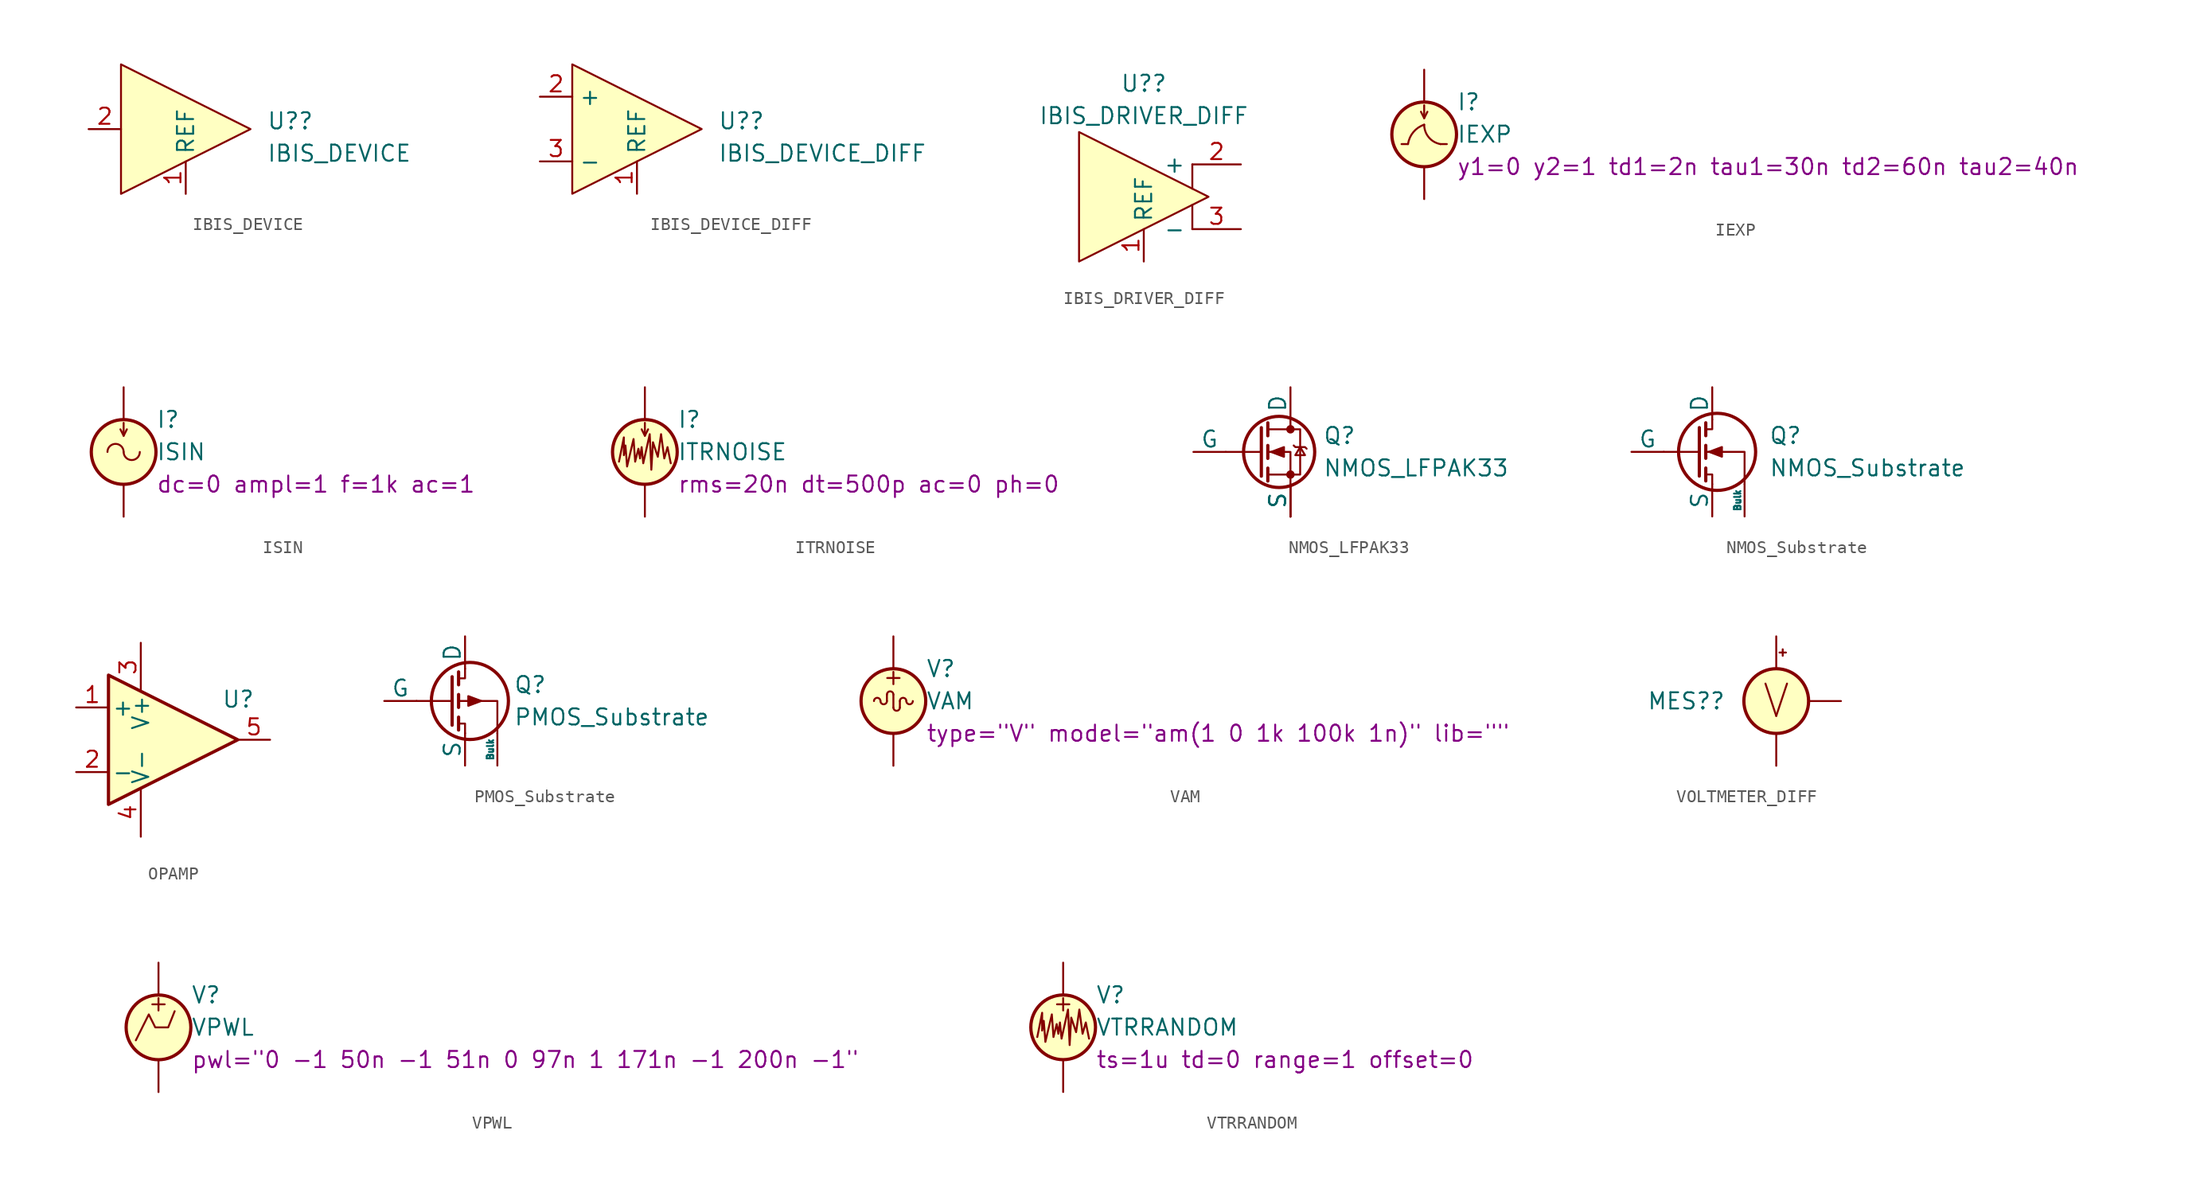
<source format=kicad_sym>
(kicad_symbol_lib
  (version 20231120)
  (generator "kicad_symbol_editor")
  (generator_version "8.0")
  (symbol "IBIS_DEVICE"
    (property "Reference" "U?"
      (at 6.35 0.635 0)
      (effects (font (size 1.27 1.27)) (justify left)))
    (property "Value" "IBIS_DEVICE"
      (at 6.35 -1.905 0)
      (effects (font (size 1.27 1.27)) (justify left)))
    (symbol "IBIS_DEVICE_0_1"
      (polyline (pts (xy 5.08 0) (xy -5.08 5.08) (xy -5.08 -5.08) (xy 5.08 0)) (stroke (width 0) (type default)) (fill (type background))))
    (symbol "IBIS_DEVICE_1_1"
      (pin power_in line (at 0 -5.08 90) (length 2.54) (name "REF" (effects (font (size 1.27 1.27)))) (number "1" (effects (font (size 1.27 1.27)))))
      (pin input line (at -7.62 0 0) (length 2.54) (name "" (effects (font (size 1.27 1.27)))) (number "2" (effects (font (size 1.27 1.27)))))))
  (symbol "IBIS_DEVICE_DIFF"
    (property "Reference" "U?"
      (at 6.35 0.635 0)
      (effects (font (size 1.27 1.27)) (justify left)))
    (property "Value" "IBIS_DEVICE_DIFF"
      (at 6.35 -1.905 0)
      (effects (font (size 1.27 1.27)) (justify left)))
    (symbol "IBIS_DEVICE_DIFF_0_1"
      (polyline (pts (xy 5.08 0) (xy -5.08 5.08) (xy -5.08 -5.08) (xy 5.08 0)) (stroke (width 0) (type default)) (fill (type background))))
    (symbol "IBIS_DEVICE_DIFF_1_1"
      (pin power_in line (at 0 -5.08 90) (length 2.54) (name "REF" (effects (font (size 1.27 1.27)))) (number "1" (effects (font (size 1.27 1.27)))))
      (pin input line (at -7.62 2.54 0) (length 2.54) (name "+" (effects (font (size 1.27 1.27)))) (number "2" (effects (font (size 1.27 1.27)))))
      (pin input line (at -7.62 -2.54 0) (length 2.54) (name "-" (effects (font (size 1.27 1.27)))) (number "3" (effects (font (size 1.27 1.27)))))))
  (symbol "IBIS_DRIVER_DIFF"
    (property "Reference" "U?"
      (at 0 8.89 0)
      (effects (font (size 1.27 1.27))))
    (property "Value" "IBIS_DRIVER_DIFF"
      (at 0 6.35 0)
      (effects (font (size 1.27 1.27))))
    (symbol "IBIS_DRIVER_DIFF_0_1"
      (polyline (pts (xy 3.81 -2.54) (xy 3.81 -0.635)) (stroke (width 0) (type default)) (fill (type none)))
      (polyline (pts (xy 3.81 2.54) (xy 3.81 0.635)) (stroke (width 0) (type default)) (fill (type none)))
      (polyline (pts (xy 5.08 0) (xy -5.08 5.08) (xy -5.08 -5.08) (xy 5.08 0)) (stroke (width 0) (type default)) (fill (type background))))
    (symbol "IBIS_DRIVER_DIFF_1_1"
      (pin power_in line (at 0 -5.08 90) (length 2.54) (name "REF" (effects (font (size 1.27 1.27)))) (number "1" (effects (font (size 1.27 1.27)))))
      (pin bidirectional line (at 7.62 2.54 180) (length 3.81) (name "+" (effects (font (size 1.27 1.27)))) (number "2" (effects (font (size 1.27 1.27)))))
      (pin bidirectional line (at 7.62 -2.54 180) (length 3.81) (name "-" (effects (font (size 1.27 1.27)))) (number "3" (effects (font (size 1.27 1.27)))))))
  (symbol "IEXP"
    (pin_numbers hide)
    (pin_names
      (offset 0.025))
    (property "Reference" "I"
      (at 2.54 2.54 0)
      (effects (font (size 1.27 1.27)) (justify left)))
    (property "Value" "IEXP"
      (at 2.54 0 0)
      (effects (font (size 1.27 1.27)) (justify left)))
    (property "Sim.Params" "y1=0 y2=1 td1=2n tau1=30n td2=60n tau2=40n"
      (at 2.54 -2.54 0)
      (effects (font (size 1.27 1.27)) (justify left)))
    (symbol "IEXP_0_0"
      (polyline (pts (xy -1.27 -0.762) (xy -1.778 -0.762)) (stroke (width 0) (type default)) (fill (type none)))
      (polyline (pts (xy 1.27 -0.762) (xy 1.778 -0.762)) (stroke (width 0) (type default)) (fill (type none)))
      (arc (start 0 0.762) (mid -0.851 0.1794) (end -1.27 -0.762) (stroke (width 0) (type default)) (fill (type none)))
      (arc (start 0 0.762) (mid 0.3591 -0.2299) (end 1.27 -0.762) (stroke (width 0) (type default)) (fill (type none))))
    (symbol "IEXP_0_1"
      (polyline (pts (xy 0 1.27) (xy 0 2.286)) (stroke (width 0) (type default)) (fill (type none)))
      (polyline (pts (xy -0.254 1.778) (xy 0 1.27) (xy 0.254 1.778)) (stroke (width 0) (type default)) (fill (type none)))
      (circle (center 0 0) (radius 2.54) (stroke (width 0.254) (type default)) (fill (type background))))
    (symbol "IEXP_1_1"
      (pin passive line (at 0 5.08 270) (length 2.54) (name "~" (effects (font (size 1.27 1.27)))) (number "1" (effects (font (size 1.27 1.27)))))
      (pin passive line (at 0 -5.08 90) (length 2.54) (name "~" (effects (font (size 1.27 1.27)))) (number "2" (effects (font (size 1.27 1.27)))))))
  (symbol "ISIN"
    (pin_numbers hide)
    (pin_names
      (offset 0.025))
    (property "Reference" "I"
      (at 2.54 2.54 0)
      (effects (font (size 1.27 1.27)) (justify left)))
    (property "Value" "ISIN"
      (at 2.54 0 0)
      (effects (font (size 1.27 1.27)) (justify left)))
    (property "Sim.Params" "dc=0 ampl=1 f=1k ac=1"
      (at 2.54 -2.54 0)
      (effects (font (size 1.27 1.27)) (justify left)))
    (symbol "ISIN_0_0"
      (arc (start 0 0) (mid -0.635 0.6323) (end -1.27 0) (stroke (width 0) (type default)) (fill (type none)))
      (arc (start 0 0) (mid 0.635 -0.6323) (end 1.27 0) (stroke (width 0) (type default)) (fill (type none))))
    (symbol "ISIN_0_1"
      (polyline (pts (xy 0 1.27) (xy 0 2.286)) (stroke (width 0) (type default)) (fill (type none)))
      (polyline (pts (xy -0.254 1.778) (xy 0 1.27) (xy 0.254 1.778)) (stroke (width 0) (type default)) (fill (type none)))
      (circle (center 0 0) (radius 2.54) (stroke (width 0.254) (type default)) (fill (type background))))
    (symbol "ISIN_1_1"
      (pin passive line (at 0 5.08 270) (length 2.54) (name "~" (effects (font (size 1.27 1.27)))) (number "1" (effects (font (size 1.27 1.27)))))
      (pin passive line (at 0 -5.08 90) (length 2.54) (name "~" (effects (font (size 1.27 1.27)))) (number "2" (effects (font (size 1.27 1.27)))))))
  (symbol "ITRNOISE"
    (pin_numbers hide)
    (pin_names
      (offset 0.025))
    (property "Reference" "I"
      (at 2.54 2.54 0)
      (effects (font (size 1.27 1.27)) (justify left)))
    (property "Value" "ITRNOISE"
      (at 2.54 0 0)
      (effects (font (size 1.27 1.27)) (justify left)))
    (property "Sim.Params" "rms=20n dt=500p ac=0 ph=0"
      (at 2.54 -2.54 0)
      (effects (font (size 1.27 1.27)) (justify left)))
    (symbol "ITRNOISE_0_1"
      (polyline (pts (xy 0 1.27) (xy 0 2.286)) (stroke (width 0) (type default)) (fill (type none)))
      (polyline (pts (xy -0.254 1.778) (xy 0 1.27) (xy 0.254 1.778)) (stroke (width 0) (type default)) (fill (type none)))
      (polyline (pts (xy -2.032 -0.762) (xy -1.651 1.143) (xy -1.651 -0.254) (xy -1.524 0.508) (xy -1.397 -1.143) (xy -0.889 1.016) (xy -0.762 -0.762) (xy -0.508 0.254) (xy -0.381 -0.508) (xy -0.254 0.381) (xy -0.127 -0.889) (xy 0.381 1.397) (xy 0.508 -1.397) (xy 0.635 0.762) (xy 1.016 -0.381) (xy 1.27 1.397) (xy 1.524 -0.508) (xy 1.778 0.381) (xy 2.032 -0.889)) (stroke (width 0) (type default)) (fill (type none)))
      (circle (center 0 0) (radius 2.54) (stroke (width 0.254) (type default)) (fill (type background))))
    (symbol "ITRNOISE_1_1"
      (pin passive line (at 0 5.08 270) (length 2.54) (name "~" (effects (font (size 1.27 1.27)))) (number "1" (effects (font (size 1.27 1.27)))))
      (pin passive line (at 0 -5.08 90) (length 2.54) (name "~" (effects (font (size 1.27 1.27)))) (number "2" (effects (font (size 1.27 1.27)))))))
  (symbol "NMOS_LFPAK33"
    (pin_numbers hide)
    (pin_names
      (offset 0))
    (property "Reference" "Q"
      (at 5.08 1.27 0)
      (effects (font (size 1.27 1.27)) (justify left)))
    (property "Value" "NMOS_LFPAK33"
      (at 5.08 -1.27 0)
      (effects (font (size 1.27 1.27)) (justify left)))
    (symbol "NMOS_LFPAK33_0_1"
      (polyline (pts (xy 0.254 0) (xy -2.54 0)) (stroke (width 0) (type default)) (fill (type none)))
      (polyline (pts (xy 0.254 1.905) (xy 0.254 -1.905)) (stroke (width 0.254) (type default)) (fill (type none)))
      (polyline (pts (xy 0.762 -1.27) (xy 0.762 -2.286)) (stroke (width 0.254) (type default)) (fill (type none)))
      (polyline (pts (xy 0.762 0.508) (xy 0.762 -0.508)) (stroke (width 0.254) (type default)) (fill (type none)))
      (polyline (pts (xy 0.762 2.286) (xy 0.762 1.27)) (stroke (width 0.254) (type default)) (fill (type none)))
      (polyline (pts (xy 2.54 2.54) (xy 2.54 1.778)) (stroke (width 0) (type default)) (fill (type none)))
      (polyline (pts (xy 2.54 -2.54) (xy 2.54 0) (xy 0.762 0)) (stroke (width 0) (type default)) (fill (type none)))
      (polyline (pts (xy 0.762 -1.778) (xy 3.302 -1.778) (xy 3.302 1.778) (xy 0.762 1.778)) (stroke (width 0) (type default)) (fill (type none)))
      (polyline (pts (xy 1.016 0) (xy 2.032 0.381) (xy 2.032 -0.381) (xy 1.016 0)) (stroke (width 0) (type default)) (fill (type outline)))
      (polyline (pts (xy 2.794 0.508) (xy 2.921 0.381) (xy 3.683 0.381) (xy 3.81 0.254)) (stroke (width 0) (type default)) (fill (type none)))
      (polyline (pts (xy 3.302 0.381) (xy 2.921 -0.254) (xy 3.683 -0.254) (xy 3.302 0.381)) (stroke (width 0) (type default)) (fill (type none)))
      (circle (center 1.651 0) (radius 2.794) (stroke (width 0.254) (type default)) (fill (type none)))
      (circle (center 2.54 -1.778) (radius 0.254) (stroke (width 0) (type default)) (fill (type outline)))
      (circle (center 2.54 1.778) (radius 0.254) (stroke (width 0) (type default)) (fill (type outline))))
    (symbol "NMOS_LFPAK33_1_1"
      (pin passive line (at 2.54 -5.08 90) (length 2.54) (name "S" (effects (font (size 1.27 1.27)))) (number "1" (effects (font (size 1.27 1.27)))))
      (pin passive line (at 2.54 -5.08 90) (length 2.54) (name "S" (effects (font (size 1.27 1.27)))) (number "2" (effects (font (size 1.27 1.27)))))
      (pin passive line (at 2.54 -5.08 90) (length 2.54) (name "S" (effects (font (size 1.27 1.27)))) (number "3" (effects (font (size 1.27 1.27)))))
      (pin input line (at -5.08 0 0) (length 2.54) (name "G" (effects (font (size 1.27 1.27)))) (number "4" (effects (font (size 1.27 1.27)))))
      (pin passive line (at 2.54 5.08 270) (length 2.54) (name "D" (effects (font (size 1.27 1.27)))) (number "5" (effects (font (size 1.27 1.27)))))))
  (symbol "NMOS_Substrate"
    (pin_numbers hide)
    (pin_names
      (offset 0))
    (property "Reference" "Q"
      (at 6.985 1.27 0)
      (effects (font (size 1.27 1.27)) (justify left)))
    (property "Value" "NMOS_Substrate"
      (at 6.985 -1.27 0)
      (effects (font (size 1.27 1.27)) (justify left)))
    (symbol "NMOS_Substrate_0_1"
      (polyline (pts (xy 1.524 0) (xy -1.27 0)) (stroke (width 0) (type default)) (fill (type none)))
      (polyline (pts (xy 1.524 1.905) (xy 1.524 -1.905)) (stroke (width 0.254) (type default)) (fill (type none)))
      (polyline (pts (xy 2.032 -1.27) (xy 2.032 -2.286)) (stroke (width 0.254) (type default)) (fill (type none)))
      (polyline (pts (xy 2.032 0.508) (xy 2.032 -0.508)) (stroke (width 0.254) (type default)) (fill (type none)))
      (polyline (pts (xy 2.032 2.286) (xy 2.032 1.27)) (stroke (width 0.254) (type default)) (fill (type none)))
      (polyline (pts (xy 2.032 1.778) (xy 2.54 1.778) (xy 2.54 2.54)) (stroke (width 0) (type default)) (fill (type none)))
      (polyline (pts (xy 2.54 -2.54) (xy 2.54 -1.778) (xy 2.032 -1.778)) (stroke (width 0) (type default)) (fill (type none)))
      (polyline (pts (xy 5.08 -2.54) (xy 5.08 0) (xy 2.032 0)) (stroke (width 0) (type default)) (fill (type none)))
      (polyline (pts (xy 2.286 0) (xy 3.302 0.381) (xy 3.302 -0.381) (xy 2.286 0)) (stroke (width 0) (type default)) (fill (type outline)))
      (circle (center 2.921 0) (radius 3.029) (stroke (width 0.254) (type default)) (fill (type none))))
    (symbol "NMOS_Substrate_1_1"
      (pin passive line (at 2.54 5.08 270) (length 2.54) (name "D" (effects (font (size 1.27 1.27)))) (number "1" (effects (font (size 1.27 1.27)))))
      (pin input line (at -3.81 0 0) (length 2.54) (name "G" (effects (font (size 1.27 1.27)))) (number "2" (effects (font (size 1.27 1.27)))))
      (pin passive line (at 2.54 -5.08 90) (length 2.54) (name "S" (effects (font (size 1.27 1.27)))) (number "3" (effects (font (size 1.27 1.27)))))
      (pin input line (at 5.08 -5.08 90) (length 2.54) (name "Bulk" (effects (font (size 0.508 0.508)))) (number "4" (effects (font (size 1.27 1.27)))))))
  (symbol "OPAMP"
    (pin_names
      (offset 0.254))
    (property "Reference" "U"
      (at 3.81 3.175 0)
      (effects (font (size 1.27 1.27)) (justify left)))
    (property "Value" "${SIM.PARAMS}"
      (at 3.81 -3.175 0)
      (effects (font (size 1.27 1.27)) (justify left)))
    (symbol "OPAMP_0_1"
      (polyline (pts (xy 5.08 0) (xy -5.08 5.08) (xy -5.08 -5.08) (xy 5.08 0)) (stroke (width 0.254) (type default)) (fill (type background))))
    (symbol "OPAMP_1_1"
      (pin input line (at -7.62 2.54 0) (length 2.54) (name "+" (effects (font (size 1.27 1.27)))) (number "1" (effects (font (size 1.27 1.27)))))
      (pin input line (at -7.62 -2.54 0) (length 2.54) (name "-" (effects (font (size 1.27 1.27)))) (number "2" (effects (font (size 1.27 1.27)))))
      (pin power_in line (at -2.54 7.62 270) (length 3.81) (name "V+" (effects (font (size 1.27 1.27)))) (number "3" (effects (font (size 1.27 1.27)))))
      (pin power_in line (at -2.54 -7.62 90) (length 3.81) (name "V-" (effects (font (size 1.27 1.27)))) (number "4" (effects (font (size 1.27 1.27)))))
      (pin output line (at 7.62 0 180) (length 2.54) (name "~" (effects (font (size 1.27 1.27)))) (number "5" (effects (font (size 1.27 1.27)))))))
  (symbol "PMOS_Substrate"
    (pin_numbers hide)
    (pin_names
      (offset 0))
    (property "Reference" "Q"
      (at 6.35 1.27 0)
      (effects (font (size 1.27 1.27)) (justify left)))
    (property "Value" "PMOS_Substrate"
      (at 6.35 -1.27 0)
      (effects (font (size 1.27 1.27)) (justify left)))
    (symbol "PMOS_Substrate_0_1"
      (polyline (pts (xy 1.524 0) (xy -1.27 0)) (stroke (width 0) (type default)) (fill (type none)))
      (polyline (pts (xy 1.524 1.905) (xy 1.524 -1.905)) (stroke (width 0.254) (type default)) (fill (type none)))
      (polyline (pts (xy 2.032 -1.27) (xy 2.032 -2.286)) (stroke (width 0.254) (type default)) (fill (type none)))
      (polyline (pts (xy 2.032 0.508) (xy 2.032 -0.508)) (stroke (width 0.254) (type default)) (fill (type none)))
      (polyline (pts (xy 2.032 2.286) (xy 2.032 1.27)) (stroke (width 0.254) (type default)) (fill (type none)))
      (polyline (pts (xy 2.032 1.778) (xy 2.54 1.778) (xy 2.54 2.54)) (stroke (width 0) (type default)) (fill (type none)))
      (polyline (pts (xy 2.54 -2.54) (xy 2.54 -1.778) (xy 2.032 -1.778)) (stroke (width 0) (type default)) (fill (type none)))
      (polyline (pts (xy 5.08 -2.54) (xy 5.08 0) (xy 2.032 0)) (stroke (width 0) (type default)) (fill (type none)))
      (polyline (pts (xy 3.81 0) (xy 2.794 0.381) (xy 2.794 -0.381) (xy 3.81 0)) (stroke (width 0) (type default)) (fill (type outline)))
      (circle (center 2.921 0) (radius 3.029) (stroke (width 0.254) (type default)) (fill (type none))))
    (symbol "PMOS_Substrate_1_1"
      (pin passive line (at 2.54 5.08 270) (length 2.54) (name "D" (effects (font (size 1.27 1.27)))) (number "1" (effects (font (size 1.27 1.27)))))
      (pin input line (at -3.81 0 0) (length 2.54) (name "G" (effects (font (size 1.27 1.27)))) (number "2" (effects (font (size 1.27 1.27)))))
      (pin passive line (at 2.54 -5.08 90) (length 2.54) (name "S" (effects (font (size 1.27 1.27)))) (number "3" (effects (font (size 1.27 1.27)))))
      (pin input line (at 5.08 -5.08 90) (length 2.54) (name "Bulk" (effects (font (size 0.508 0.508)))) (number "4" (effects (font (size 1.27 1.27)))))))
  (symbol "VAM"
    (pin_numbers hide)
    (pin_names
      (offset 0.025))
    (property "Reference" "V"
      (at 2.54 2.54 0)
      (effects (font (size 1.27 1.27)) (justify left)))
    (property "Value" "VAM"
      (at 2.54 0 0)
      (effects (font (size 1.27 1.27)) (justify left)))
    (property "Sim.Params" "type=\"V\" model=\"am(1 0 1k 100k 1n)\" lib=\"\""
      (at 2.54 -2.54 0)
      (effects (font (size 1.27 1.27)) (justify left)))
    (symbol "VAM_0_0"
      (arc (start 0 0.508) (mid -0.254 0.7609) (end -0.508 0.508) (stroke (width 0) (type default)) (fill (type none)))
      (text "+" (at 0 1.905 0) (effects (font (size 1.27 1.27)))))
    (symbol "VAM_0_1"
      (arc (start -1.016 0) (mid -1.27 0.2529) (end -1.524 0) (stroke (width 0) (type default)) (fill (type none)))
      (arc (start -1.016 0) (mid -0.762 -0.2529) (end -0.508 0) (stroke (width 0) (type default)) (fill (type none)))
      (arc (start 0 -0.508) (mid 0.254 -0.7609) (end 0.508 -0.508) (stroke (width 0) (type default)) (fill (type none)))
      (polyline (pts (xy -0.508 0.508) (xy -0.508 0)) (stroke (width 0) (type default)) (fill (type none)))
      (polyline (pts (xy 0 0.508) (xy 0 -0.508)) (stroke (width 0) (type default)) (fill (type none)))
      (polyline (pts (xy 0.508 -0.508) (xy 0.508 0)) (stroke (width 0) (type default)) (fill (type none)))
      (circle (center 0 0) (radius 2.54) (stroke (width 0.254) (type default)) (fill (type background)))
      (arc (start 1.016 0) (mid 0.762 0.2529) (end 0.508 0) (stroke (width 0) (type default)) (fill (type none)))
      (arc (start 1.016 0) (mid 1.27 -0.2529) (end 1.524 0) (stroke (width 0) (type default)) (fill (type none))))
    (symbol "VAM_1_1"
      (pin passive line (at 0 5.08 270) (length 2.54) (name "~" (effects (font (size 1.27 1.27)))) (number "1" (effects (font (size 1.27 1.27)))))
      (pin passive line (at 0 -5.08 90) (length 2.54) (name "~" (effects (font (size 1.27 1.27)))) (number "2" (effects (font (size 1.27 1.27)))))))
  (symbol "VOLTMETER_DIFF"
    (pin_numbers hide)
    (pin_names
      (offset 0.025) hide)
    (property "Reference" "MES?"
      (at -10.16 0 0)
      (effects (font (size 1.27 1.27)) (justify left)))
    (symbol "VOLTMETER_DIFF_0_0"
      (text "V" (at 0 0 0) (effects (font (size 2.54 2.54)))))
    (symbol "VOLTMETER_DIFF_0_1"
      (polyline (pts (xy 0.254 3.81) (xy 0.762 3.81)) (stroke (width 0) (type default)) (fill (type none)))
      (polyline (pts (xy 0.508 4.064) (xy 0.508 3.556)) (stroke (width 0) (type default)) (fill (type none)))
      (circle (center 0 0) (radius 2.54) (stroke (width 0.254) (type default)) (fill (type background))))
    (symbol "VOLTMETER_DIFF_1_1"
      (pin passive line (at 0 5.08 270) (length 2.54) (name "+" (effects (font (size 1.27 1.27)))) (number "1" (effects (font (size 1.27 1.27)))))
      (pin passive line (at 0 -5.08 90) (length 2.54) (name "-" (effects (font (size 1.27 1.27)))) (number "2" (effects (font (size 1.27 1.27)))))
      (pin output line (at 5.08 0 180) (length 2.54) (name "out" (effects (font (size 1.27 1.27)))) (number "3" (effects (font (size 1.27 1.27)))))))
  (symbol "VPWL"
    (pin_numbers hide)
    (pin_names
      (offset 0.025))
    (property "Reference" "V"
      (at 2.54 2.54 0)
      (effects (font (size 1.27 1.27)) (justify left)))
    (property "Value" "VPWL"
      (at 2.54 0 0)
      (effects (font (size 1.27 1.27)) (justify left)))
    (property "Sim.Params" "pwl=\"0 -1 50n -1 51n 0 97n 1 171n -1 200n -1\""
      (at 2.54 -2.54 0)
      (effects (font (size 1.27 1.27)) (justify left)))
    (symbol "VPWL_0_0"
      (polyline (pts (xy -1.778 -1.016) (xy -0.762 1.016) (xy -0.254 0) (xy 0.762 0) (xy 1.27 1.27)) (stroke (width 0) (type default)) (fill (type none)))
      (text "+" (at 0 1.905 0) (effects (font (size 1.27 1.27)))))
    (symbol "VPWL_0_1"
      (circle (center 0 0) (radius 2.54) (stroke (width 0.254) (type default)) (fill (type background))))
    (symbol "VPWL_1_1"
      (pin passive line (at 0 5.08 270) (length 2.54) (name "~" (effects (font (size 1.27 1.27)))) (number "1" (effects (font (size 1.27 1.27)))))
      (pin passive line (at 0 -5.08 90) (length 2.54) (name "~" (effects (font (size 1.27 1.27)))) (number "2" (effects (font (size 1.27 1.27)))))))
  (symbol "VTRRANDOM"
    (pin_numbers hide)
    (pin_names
      (offset 0.025))
    (property "Reference" "V"
      (at 2.54 2.54 0)
      (effects (font (size 1.27 1.27)) (justify left)))
    (property "Value" "VTRRANDOM"
      (at 2.54 0 0)
      (effects (font (size 1.27 1.27)) (justify left)))
    (property "Sim.Params" "ts=1u td=0 range=1 offset=0"
      (at 2.54 -2.54 0)
      (effects (font (size 1.27 1.27)) (justify left)))
    (symbol "VTRRANDOM_0_0"
      (text "+" (at 0 1.905 0) (effects (font (size 1.27 1.27)))))
    (symbol "VTRRANDOM_0_1"
      (polyline (pts (xy -2.032 -0.762) (xy -1.651 1.143) (xy -1.651 -0.254) (xy -1.524 0.508) (xy -1.397 -1.143) (xy -0.889 1.016) (xy -0.762 -0.762) (xy -0.508 0.254) (xy -0.381 -0.508) (xy -0.254 0.381) (xy -0.127 -0.889) (xy 0.381 1.397) (xy 0.508 -1.397) (xy 0.635 0.762) (xy 1.016 -0.381) (xy 1.27 1.397) (xy 1.524 -0.508) (xy 1.778 0.381) (xy 2.032 -0.889)) (stroke (width 0) (type default)) (fill (type none)))
      (circle (center 0 0) (radius 2.54) (stroke (width 0.254) (type default)) (fill (type background))))
    (symbol "VTRRANDOM_1_1"
      (pin passive line (at 0 5.08 270) (length 2.54) (name "~" (effects (font (size 1.27 1.27)))) (number "1" (effects (font (size 1.27 1.27)))))
      (pin passive line (at 0 -5.08 90) (length 2.54) (name "~" (effects (font (size 1.27 1.27)))) (number "2" (effects (font (size 1.27 1.27))))))))
</source>
